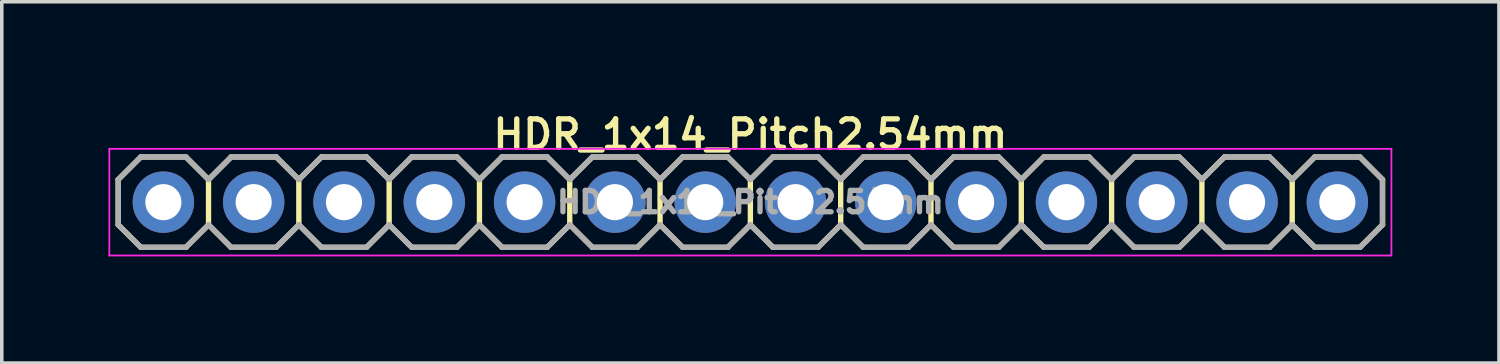
<source format=kicad_pcb>
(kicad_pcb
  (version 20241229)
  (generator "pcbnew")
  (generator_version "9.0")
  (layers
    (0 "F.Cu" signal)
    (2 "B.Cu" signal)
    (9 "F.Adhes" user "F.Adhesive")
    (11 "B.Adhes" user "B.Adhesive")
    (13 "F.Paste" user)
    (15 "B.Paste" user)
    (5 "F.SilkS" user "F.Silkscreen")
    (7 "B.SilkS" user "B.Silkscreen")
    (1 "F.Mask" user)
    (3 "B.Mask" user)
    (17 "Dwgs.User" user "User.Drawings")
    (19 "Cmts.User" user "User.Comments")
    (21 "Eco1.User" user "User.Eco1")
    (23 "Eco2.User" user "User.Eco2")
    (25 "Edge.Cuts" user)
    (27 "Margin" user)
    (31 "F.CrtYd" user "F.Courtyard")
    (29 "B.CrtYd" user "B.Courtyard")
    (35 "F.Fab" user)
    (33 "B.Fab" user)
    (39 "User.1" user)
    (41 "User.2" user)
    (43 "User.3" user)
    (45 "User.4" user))
  (footprint "HDR_1x14_Pitch2.54mm"
    (layer "F.Cu")
    (at 18.055 2.636)
    (property "Reference" "HDR_1x14_Pitch2.54mm" (at 0 -1.905 0) (layer "F.SilkS") (effects (font (size 0.8 0.8) (thickness 0.15))))
    (attr through_hole)
    (fp_line (start -17.78 -0.635) (end -17.78 0.635) (stroke (width 0.15) (type solid)) (layer "F.SilkS"))
    (fp_line (start -17.78 0.635) (end -17.145 1.27) (stroke (width 0.15) (type solid)) (layer "F.SilkS"))
    (fp_line (start -17.145 -1.27) (end -17.78 -0.635) (stroke (width 0.15) (type solid)) (layer "F.SilkS"))
    (fp_line (start -17.145 1.27) (end -15.875 1.27) (stroke (width 0.15) (type solid)) (layer "F.SilkS"))
    (fp_line (start -15.875 -1.27) (end -17.145 -1.27) (stroke (width 0.15) (type solid)) (layer "F.SilkS"))
    (fp_line (start -15.875 1.27) (end -15.24 0.635) (stroke (width 0.15) (type solid)) (layer "F.SilkS"))
    (fp_line (start -15.24 -0.635) (end -15.875 -1.27) (stroke (width 0.15) (type solid)) (layer "F.SilkS"))
    (fp_line (start -15.24 -0.635) (end -15.24 0.635) (stroke (width 0.15) (type solid)) (layer "F.SilkS"))
    (fp_line (start -15.24 -0.635) (end -14.605 -1.27) (stroke (width 0.15) (type solid)) (layer "F.SilkS"))
    (fp_line (start -14.605 -1.27) (end -13.335 -1.27) (stroke (width 0.15) (type solid)) (layer "F.SilkS"))
    (fp_line (start -14.605 1.27) (end -15.24 0.635) (stroke (width 0.15) (type solid)) (layer "F.SilkS"))
    (fp_line (start -13.335 -1.27) (end -12.7 -0.635) (stroke (width 0.15) (type solid)) (layer "F.SilkS"))
    (fp_line (start -13.335 1.27) (end -14.605 1.27) (stroke (width 0.15) (type solid)) (layer "F.SilkS"))
    (fp_line (start -12.7 -0.635) (end -12.7 0.635) (stroke (width 0.15) (type solid)) (layer "F.SilkS"))
    (fp_line (start -12.7 -0.635) (end -12.065 -1.27) (stroke (width 0.15) (type solid)) (layer "F.SilkS"))
    (fp_line (start -12.7 0.635) (end -13.335 1.27) (stroke (width 0.15) (type solid)) (layer "F.SilkS"))
    (fp_line (start -12.065 -1.27) (end -10.795 -1.27) (stroke (width 0.15) (type solid)) (layer "F.SilkS"))
    (fp_line (start -12.065 1.27) (end -12.7 0.635) (stroke (width 0.15) (type solid)) (layer "F.SilkS"))
    (fp_line (start -10.795 -1.27) (end -10.16 -0.635) (stroke (width 0.15) (type solid)) (layer "F.SilkS"))
    (fp_line (start -10.795 1.27) (end -12.065 1.27) (stroke (width 0.15) (type solid)) (layer "F.SilkS"))
    (fp_line (start -10.16 -0.635) (end -10.16 0.635) (stroke (width 0.15) (type solid)) (layer "F.SilkS"))
    (fp_line (start -10.16 -0.635) (end -9.525 -1.27) (stroke (width 0.15) (type solid)) (layer "F.SilkS"))
    (fp_line (start -10.16 0.635) (end -10.795 1.27) (stroke (width 0.15) (type solid)) (layer "F.SilkS"))
    (fp_line (start -9.525 -1.27) (end -8.255 -1.27) (stroke (width 0.15) (type solid)) (layer "F.SilkS"))
    (fp_line (start -9.525 1.27) (end -10.16 0.635) (stroke (width 0.15) (type solid)) (layer "F.SilkS"))
    (fp_line (start -8.255 -1.27) (end -7.62 -0.635) (stroke (width 0.15) (type solid)) (layer "F.SilkS"))
    (fp_line (start -8.255 1.27) (end -9.525 1.27) (stroke (width 0.15) (type solid)) (layer "F.SilkS"))
    (fp_line (start -7.62 -0.635) (end -7.62 0.635) (stroke (width 0.15) (type solid)) (layer "F.SilkS"))
    (fp_line (start -7.62 -0.635) (end -6.985 -1.27) (stroke (width 0.15) (type solid)) (layer "F.SilkS"))
    (fp_line (start -7.62 0.635) (end -8.255 1.27) (stroke (width 0.15) (type solid)) (layer "F.SilkS"))
    (fp_line (start -6.985 -1.27) (end -5.715 -1.27) (stroke (width 0.15) (type solid)) (layer "F.SilkS"))
    (fp_line (start -6.985 1.27) (end -7.62 0.635) (stroke (width 0.15) (type solid)) (layer "F.SilkS"))
    (fp_line (start -5.715 -1.27) (end -5.08 -0.635) (stroke (width 0.15) (type solid)) (layer "F.SilkS"))
    (fp_line (start -5.715 1.27) (end -6.985 1.27) (stroke (width 0.15) (type solid)) (layer "F.SilkS"))
    (fp_line (start -5.08 -0.635) (end -5.08 0.635) (stroke (width 0.15) (type solid)) (layer "F.SilkS"))
    (fp_line (start -5.08 -0.635) (end -4.445 -1.27) (stroke (width 0.15) (type solid)) (layer "F.SilkS"))
    (fp_line (start -5.08 0.635) (end -5.715 1.27) (stroke (width 0.15) (type solid)) (layer "F.SilkS"))
    (fp_line (start -4.445 -1.27) (end -3.175 -1.27) (stroke (width 0.15) (type solid)) (layer "F.SilkS"))
    (fp_line (start -4.445 1.27) (end -5.08 0.635) (stroke (width 0.15) (type solid)) (layer "F.SilkS"))
    (fp_line (start -3.175 -1.27) (end -2.54 -0.635) (stroke (width 0.15) (type solid)) (layer "F.SilkS"))
    (fp_line (start -3.175 1.27) (end -4.445 1.27) (stroke (width 0.15) (type solid)) (layer "F.SilkS"))
    (fp_line (start -2.54 -0.635) (end -2.54 0.635) (stroke (width 0.15) (type solid)) (layer "F.SilkS"))
    (fp_line (start -2.54 -0.635) (end -1.905 -1.27) (stroke (width 0.15) (type solid)) (layer "F.SilkS"))
    (fp_line (start -2.54 0.635) (end -3.175 1.27) (stroke (width 0.15) (type solid)) (layer "F.SilkS"))
    (fp_line (start -1.905 -1.27) (end -0.635 -1.27) (stroke (width 0.15) (type solid)) (layer "F.SilkS"))
    (fp_line (start -1.905 1.27) (end -2.54 0.635) (stroke (width 0.15) (type solid)) (layer "F.SilkS"))
    (fp_line (start -0.635 -1.27) (end 0 -0.635) (stroke (width 0.15) (type solid)) (layer "F.SilkS"))
    (fp_line (start -0.635 1.27) (end -1.905 1.27) (stroke (width 0.15) (type solid)) (layer "F.SilkS"))
    (fp_line (start 0 -0.635) (end 0 0.635) (stroke (width 0.15) (type solid)) (layer "F.SilkS"))
    (fp_line (start 0 -0.635) (end 0.635 -1.27) (stroke (width 0.15) (type solid)) (layer "F.SilkS"))
    (fp_line (start 0 0.635) (end -0.635 1.27) (stroke (width 0.15) (type solid)) (layer "F.SilkS"))
    (fp_line (start 0.635 -1.27) (end 1.905 -1.27) (stroke (width 0.15) (type solid)) (layer "F.SilkS"))
    (fp_line (start 0.635 1.27) (end 0 0.635) (stroke (width 0.15) (type solid)) (layer "F.SilkS"))
    (fp_line (start 1.905 -1.27) (end 2.54 -0.635) (stroke (width 0.15) (type solid)) (layer "F.SilkS"))
    (fp_line (start 1.905 1.27) (end 0.635 1.27) (stroke (width 0.15) (type solid)) (layer "F.SilkS"))
    (fp_line (start 2.54 -0.635) (end 2.54 0.635) (stroke (width 0.15) (type solid)) (layer "F.SilkS"))
    (fp_line (start 2.54 -0.635) (end 3.175 -1.27) (stroke (width 0.15) (type solid)) (layer "F.SilkS"))
    (fp_line (start 2.54 0.635) (end 1.905 1.27) (stroke (width 0.15) (type solid)) (layer "F.SilkS"))
    (fp_line (start 3.175 -1.27) (end 4.445 -1.27) (stroke (width 0.15) (type solid)) (layer "F.SilkS"))
    (fp_line (start 3.175 1.27) (end 2.54 0.635) (stroke (width 0.15) (type solid)) (layer "F.SilkS"))
    (fp_line (start 4.445 -1.27) (end 5.08 -0.635) (stroke (width 0.15) (type solid)) (layer "F.SilkS"))
    (fp_line (start 4.445 1.27) (end 3.175 1.27) (stroke (width 0.15) (type solid)) (layer "F.SilkS"))
    (fp_line (start 5.08 -0.635) (end 5.08 0.635) (stroke (width 0.15) (type solid)) (layer "F.SilkS"))
    (fp_line (start 5.08 -0.635) (end 5.715 -1.27) (stroke (width 0.15) (type solid)) (layer "F.SilkS"))
    (fp_line (start 5.08 0.635) (end 4.445 1.27) (stroke (width 0.15) (type solid)) (layer "F.SilkS"))
    (fp_line (start 5.715 -1.27) (end 6.985 -1.27) (stroke (width 0.15) (type solid)) (layer "F.SilkS"))
    (fp_line (start 5.715 1.27) (end 5.08 0.635) (stroke (width 0.15) (type solid)) (layer "F.SilkS"))
    (fp_line (start 6.985 -1.27) (end 7.62 -0.635) (stroke (width 0.15) (type solid)) (layer "F.SilkS"))
    (fp_line (start 6.985 1.27) (end 5.715 1.27) (stroke (width 0.15) (type solid)) (layer "F.SilkS"))
    (fp_line (start 7.62 -0.635) (end 7.62 0.635) (stroke (width 0.15) (type solid)) (layer "F.SilkS"))
    (fp_line (start 7.62 -0.635) (end 8.255 -1.27) (stroke (width 0.15) (type solid)) (layer "F.SilkS"))
    (fp_line (start 7.62 0.635) (end 6.985 1.27) (stroke (width 0.15) (type solid)) (layer "F.SilkS"))
    (fp_line (start 7.62 0.635) (end 8.255 1.27) (stroke (width 0.15) (type solid)) (layer "F.SilkS"))
    (fp_line (start 8.255 -1.27) (end 9.525 -1.27) (stroke (width 0.15) (type solid)) (layer "F.SilkS"))
    (fp_line (start 8.255 1.27) (end 9.525 1.27) (stroke (width 0.15) (type solid)) (layer "F.SilkS"))
    (fp_line (start 9.525 -1.27) (end 10.16 -0.635) (stroke (width 0.15) (type solid)) (layer "F.SilkS"))
    (fp_line (start 9.525 1.27) (end 10.16 0.635) (stroke (width 0.15) (type solid)) (layer "F.SilkS"))
    (fp_line (start 10.16 -0.635) (end 10.16 0.635) (stroke (width 0.15) (type solid)) (layer "F.SilkS"))
    (fp_line (start 10.16 -0.635) (end 10.795 -1.27) (stroke (width 0.15) (type solid)) (layer "F.SilkS"))
    (fp_line (start 10.16 0.635) (end 10.795 1.27) (stroke (width 0.15) (type solid)) (layer "F.SilkS"))
    (fp_line (start 10.795 -1.27) (end 12.065 -1.27) (stroke (width 0.15) (type solid)) (layer "F.SilkS"))
    (fp_line (start 10.795 1.27) (end 12.065 1.27) (stroke (width 0.15) (type solid)) (layer "F.SilkS"))
    (fp_line (start 12.065 -1.27) (end 12.7 -0.635) (stroke (width 0.15) (type solid)) (layer "F.SilkS"))
    (fp_line (start 12.065 1.27) (end 12.7 0.635) (stroke (width 0.15) (type solid)) (layer "F.SilkS"))
    (fp_line (start 12.7 -0.635) (end 12.7 0.635) (stroke (width 0.15) (type solid)) (layer "F.SilkS"))
    (fp_line (start 12.7 -0.635) (end 13.335 -1.27) (stroke (width 0.15) (type solid)) (layer "F.SilkS"))
    (fp_line (start 12.7 0.635) (end 13.335 1.27) (stroke (width 0.15) (type solid)) (layer "F.SilkS"))
    (fp_line (start 13.335 -1.27) (end 14.605 -1.27) (stroke (width 0.15) (type solid)) (layer "F.SilkS"))
    (fp_line (start 13.335 1.27) (end 14.605 1.27) (stroke (width 0.15) (type solid)) (layer "F.SilkS"))
    (fp_line (start 14.605 -1.27) (end 15.24 -0.635) (stroke (width 0.15) (type solid)) (layer "F.SilkS"))
    (fp_line (start 14.605 1.27) (end 15.24 0.635) (stroke (width 0.15) (type solid)) (layer "F.SilkS"))
    (fp_line (start 15.24 -0.635) (end 15.24 0.635) (stroke (width 0.15) (type solid)) (layer "F.SilkS"))
    (fp_line (start 15.24 -0.635) (end 15.875 -1.27) (stroke (width 0.15) (type solid)) (layer "F.SilkS"))
    (fp_line (start 15.24 0.635) (end 15.875 1.27) (stroke (width 0.15) (type solid)) (layer "F.SilkS"))
    (fp_line (start 15.875 -1.27) (end 17.145 -1.27) (stroke (width 0.15) (type solid)) (layer "F.SilkS"))
    (fp_line (start 15.875 1.27) (end 17.145 1.27) (stroke (width 0.15) (type solid)) (layer "F.SilkS"))
    (fp_line (start 17.145 -1.27) (end 17.78 -0.635) (stroke (width 0.15) (type solid)) (layer "F.SilkS"))
    (fp_line (start 17.145 1.27) (end 17.78 0.635) (stroke (width 0.15) (type solid)) (layer "F.SilkS"))
    (fp_line (start 17.78 -0.635) (end 17.78 0.635) (stroke (width 0.15) (type solid)) (layer "F.SilkS"))
    (fp_line (start -18.03 -1.5) (end -18.03 1.5) (stroke (width 0.05) (type solid)) (layer "F.CrtYd"))
    (fp_line (start -18.03 1.5) (end 18.03 1.5) (stroke (width 0.05) (type solid)) (layer "F.CrtYd"))
    (fp_line (start 18.03 -1.5) (end -18.03 -1.5) (stroke (width 0.05) (type solid)) (layer "F.CrtYd"))
    (fp_line (start 18.03 1.5) (end 18.03 -1.5) (stroke (width 0.05) (type solid)) (layer "F.CrtYd"))
    (fp_line (start -17.78 -0.635) (end -17.78 -0.635) (stroke (width 0.15) (type solid)) (layer "F.Fab"))
    (fp_line (start -17.78 -0.635) (end -17.145 -1.27) (stroke (width 0.15) (type solid)) (layer "F.Fab"))
    (fp_line (start -17.78 0.635) (end -17.78 -0.635) (stroke (width 0.15) (type solid)) (layer "F.Fab"))
    (fp_line (start -17.145 -1.27) (end -15.875 -1.27) (stroke (width 0.15) (type solid)) (layer "F.Fab"))
    (fp_line (start -17.145 1.27) (end -17.78 0.635) (stroke (width 0.15) (type solid)) (layer "F.Fab"))
    (fp_line (start -15.875 -1.27) (end -15.24 -0.635) (stroke (width 0.15) (type solid)) (layer "F.Fab"))
    (fp_line (start -15.875 1.27) (end -17.145 1.27) (stroke (width 0.15) (type solid)) (layer "F.Fab"))
    (fp_line (start -15.24 -0.635) (end -14.605 -1.27) (stroke (width 0.15) (type solid)) (layer "F.Fab"))
    (fp_line (start -15.24 0.635) (end -15.875 1.27) (stroke (width 0.15) (type solid)) (layer "F.Fab"))
    (fp_line (start -14.605 -1.27) (end -13.335 -1.27) (stroke (width 0.15) (type solid)) (layer "F.Fab"))
    (fp_line (start -14.605 1.27) (end -15.24 0.635) (stroke (width 0.15) (type solid)) (layer "F.Fab"))
    (fp_line (start -13.335 -1.27) (end -12.7 -0.635) (stroke (width 0.15) (type solid)) (layer "F.Fab"))
    (fp_line (start -13.335 1.27) (end -14.605 1.27) (stroke (width 0.15) (type solid)) (layer "F.Fab"))
    (fp_line (start -12.7 -0.635) (end -12.065 -1.27) (stroke (width 0.15) (type solid)) (layer "F.Fab"))
    (fp_line (start -12.7 0.635) (end -13.335 1.27) (stroke (width 0.15) (type solid)) (layer "F.Fab"))
    (fp_line (start -12.065 -1.27) (end -10.795 -1.27) (stroke (width 0.15) (type solid)) (layer "F.Fab"))
    (fp_line (start -12.065 1.27) (end -12.7 0.635) (stroke (width 0.15) (type solid)) (layer "F.Fab"))
    (fp_line (start -10.795 -1.27) (end -10.16 -0.635) (stroke (width 0.15) (type solid)) (layer "F.Fab"))
    (fp_line (start -10.795 1.27) (end -12.065 1.27) (stroke (width 0.15) (type solid)) (layer "F.Fab"))
    (fp_line (start -10.16 -0.635) (end -9.525 -1.27) (stroke (width 0.15) (type solid)) (layer "F.Fab"))
    (fp_line (start -10.16 0.635) (end -10.795 1.27) (stroke (width 0.15) (type solid)) (layer "F.Fab"))
    (fp_line (start -9.525 -1.27) (end -8.255 -1.27) (stroke (width 0.15) (type solid)) (layer "F.Fab"))
    (fp_line (start -9.525 1.27) (end -10.16 0.635) (stroke (width 0.15) (type solid)) (layer "F.Fab"))
    (fp_line (start -8.255 -1.27) (end -7.62 -0.635) (stroke (width 0.15) (type solid)) (layer "F.Fab"))
    (fp_line (start -8.255 1.27) (end -9.525 1.27) (stroke (width 0.15) (type solid)) (layer "F.Fab"))
    (fp_line (start -7.62 -0.635) (end -6.985 -1.27) (stroke (width 0.15) (type solid)) (layer "F.Fab"))
    (fp_line (start -7.62 0.635) (end -8.255 1.27) (stroke (width 0.15) (type solid)) (layer "F.Fab"))
    (fp_line (start -6.985 -1.27) (end -5.715 -1.27) (stroke (width 0.15) (type solid)) (layer "F.Fab"))
    (fp_line (start -6.985 1.27) (end -7.62 0.635) (stroke (width 0.15) (type solid)) (layer "F.Fab"))
    (fp_line (start -5.715 -1.27) (end -5.08 -0.635) (stroke (width 0.15) (type solid)) (layer "F.Fab"))
    (fp_line (start -5.715 1.27) (end -6.985 1.27) (stroke (width 0.15) (type solid)) (layer "F.Fab"))
    (fp_line (start -5.08 -0.635) (end -4.445 -1.27) (stroke (width 0.15) (type solid)) (layer "F.Fab"))
    (fp_line (start -5.08 0.635) (end -5.715 1.27) (stroke (width 0.15) (type solid)) (layer "F.Fab"))
    (fp_line (start -4.445 -1.27) (end -3.175 -1.27) (stroke (width 0.15) (type solid)) (layer "F.Fab"))
    (fp_line (start -4.445 1.27) (end -5.08 0.635) (stroke (width 0.15) (type solid)) (layer "F.Fab"))
    (fp_line (start -3.175 -1.27) (end -2.54 -0.635) (stroke (width 0.15) (type solid)) (layer "F.Fab"))
    (fp_line (start -3.175 1.27) (end -4.445 1.27) (stroke (width 0.15) (type solid)) (layer "F.Fab"))
    (fp_line (start -2.54 -0.635) (end -1.905 -1.27) (stroke (width 0.15) (type solid)) (layer "F.Fab"))
    (fp_line (start -2.54 0.635) (end -3.175 1.27) (stroke (width 0.15) (type solid)) (layer "F.Fab"))
    (fp_line (start -1.905 -1.27) (end -0.635 -1.27) (stroke (width 0.15) (type solid)) (layer "F.Fab"))
    (fp_line (start -1.905 1.27) (end -2.54 0.635) (stroke (width 0.15) (type solid)) (layer "F.Fab"))
    (fp_line (start -0.635 -1.27) (end 0 -0.635) (stroke (width 0.15) (type solid)) (layer "F.Fab"))
    (fp_line (start -0.635 1.27) (end -1.905 1.27) (stroke (width 0.15) (type solid)) (layer "F.Fab"))
    (fp_line (start 0 -0.635) (end 0.635 -1.27) (stroke (width 0.15) (type solid)) (layer "F.Fab"))
    (fp_line (start 0 0.635) (end -0.635 1.27) (stroke (width 0.15) (type solid)) (layer "F.Fab"))
    (fp_line (start 0.635 -1.27) (end 1.905 -1.27) (stroke (width 0.15) (type solid)) (layer "F.Fab"))
    (fp_line (start 0.635 1.27) (end 0 0.635) (stroke (width 0.15) (type solid)) (layer "F.Fab"))
    (fp_line (start 1.905 -1.27) (end 2.54 -0.635) (stroke (width 0.15) (type solid)) (layer "F.Fab"))
    (fp_line (start 1.905 1.27) (end 0.635 1.27) (stroke (width 0.15) (type solid)) (layer "F.Fab"))
    (fp_line (start 2.54 -0.635) (end 3.175 -1.27) (stroke (width 0.15) (type solid)) (layer "F.Fab"))
    (fp_line (start 2.54 0.635) (end 1.905 1.27) (stroke (width 0.15) (type solid)) (layer "F.Fab"))
    (fp_line (start 3.175 -1.27) (end 4.445 -1.27) (stroke (width 0.15) (type solid)) (layer "F.Fab"))
    (fp_line (start 3.175 1.27) (end 2.54 0.635) (stroke (width 0.15) (type solid)) (layer "F.Fab"))
    (fp_line (start 4.445 -1.27) (end 5.08 -0.635) (stroke (width 0.15) (type solid)) (layer "F.Fab"))
    (fp_line (start 4.445 1.27) (end 3.175 1.27) (stroke (width 0.15) (type solid)) (layer "F.Fab"))
    (fp_line (start 5.08 -0.635) (end 5.715 -1.27) (stroke (width 0.15) (type solid)) (layer "F.Fab"))
    (fp_line (start 5.08 0.635) (end 4.445 1.27) (stroke (width 0.15) (type solid)) (layer "F.Fab"))
    (fp_line (start 5.715 -1.27) (end 6.985 -1.27) (stroke (width 0.15) (type solid)) (layer "F.Fab"))
    (fp_line (start 5.715 1.27) (end 5.08 0.635) (stroke (width 0.15) (type solid)) (layer "F.Fab"))
    (fp_line (start 6.985 -1.27) (end 7.62 -0.635) (stroke (width 0.15) (type solid)) (layer "F.Fab"))
    (fp_line (start 6.985 1.27) (end 5.715 1.27) (stroke (width 0.15) (type solid)) (layer "F.Fab"))
    (fp_line (start 7.62 -0.635) (end 8.255 -1.27) (stroke (width 0.15) (type solid)) (layer "F.Fab"))
    (fp_line (start 7.62 0.635) (end 6.985 1.27) (stroke (width 0.15) (type solid)) (layer "F.Fab"))
    (fp_line (start 8.255 -1.27) (end 9.525 -1.27) (stroke (width 0.15) (type solid)) (layer "F.Fab"))
    (fp_line (start 8.255 1.27) (end 7.62 0.635) (stroke (width 0.15) (type solid)) (layer "F.Fab"))
    (fp_line (start 9.525 -1.27) (end 10.16 -0.635) (stroke (width 0.15) (type solid)) (layer "F.Fab"))
    (fp_line (start 9.525 1.27) (end 8.255 1.27) (stroke (width 0.15) (type solid)) (layer "F.Fab"))
    (fp_line (start 10.16 -0.635) (end 10.795 -1.27) (stroke (width 0.15) (type solid)) (layer "F.Fab"))
    (fp_line (start 10.16 0.635) (end 9.525 1.27) (stroke (width 0.15) (type solid)) (layer "F.Fab"))
    (fp_line (start 10.795 -1.27) (end 12.065 -1.27) (stroke (width 0.15) (type solid)) (layer "F.Fab"))
    (fp_line (start 10.795 1.27) (end 10.16 0.635) (stroke (width 0.15) (type solid)) (layer "F.Fab"))
    (fp_line (start 12.065 -1.27) (end 12.7 -0.635) (stroke (width 0.15) (type solid)) (layer "F.Fab"))
    (fp_line (start 12.065 1.27) (end 10.795 1.27) (stroke (width 0.15) (type solid)) (layer "F.Fab"))
    (fp_line (start 12.7 -0.635) (end 13.335 -1.27) (stroke (width 0.15) (type solid)) (layer "F.Fab"))
    (fp_line (start 12.7 0.635) (end 12.065 1.27) (stroke (width 0.15) (type solid)) (layer "F.Fab"))
    (fp_line (start 13.335 -1.27) (end 14.605 -1.27) (stroke (width 0.15) (type solid)) (layer "F.Fab"))
    (fp_line (start 13.335 1.27) (end 12.7 0.635) (stroke (width 0.15) (type solid)) (layer "F.Fab"))
    (fp_line (start 14.605 -1.27) (end 15.24 -0.635) (stroke (width 0.15) (type solid)) (layer "F.Fab"))
    (fp_line (start 14.605 1.27) (end 13.335 1.27) (stroke (width 0.15) (type solid)) (layer "F.Fab"))
    (fp_line (start 15.24 -0.635) (end 15.875 -1.27) (stroke (width 0.15) (type solid)) (layer "F.Fab"))
    (fp_line (start 15.24 0.635) (end 14.605 1.27) (stroke (width 0.15) (type solid)) (layer "F.Fab"))
    (fp_line (start 15.875 -1.27) (end 17.145 -1.27) (stroke (width 0.15) (type solid)) (layer "F.Fab"))
    (fp_line (start 15.875 1.27) (end 15.24 0.635) (stroke (width 0.15) (type solid)) (layer "F.Fab"))
    (fp_line (start 17.145 -1.27) (end 17.78 -0.635) (stroke (width 0.15) (type solid)) (layer "F.Fab"))
    (fp_line (start 17.145 1.27) (end 15.875 1.27) (stroke (width 0.15) (type solid)) (layer "F.Fab"))
    (fp_line (start 17.78 -0.635) (end 17.78 0.635) (stroke (width 0.15) (type solid)) (layer "F.Fab"))
    (fp_line (start 17.78 0.635) (end 17.145 1.27) (stroke (width 0.15) (type solid)) (layer "F.Fab"))
    (fp_text user "${REFERENCE}" (at 0 0 0) (layer "F.Fab") (effects (font (size 0.6 0.6) (thickness 0.15))))
    (pad "1" thru_hole oval (at -16.51 0) (size 1.727 1.727) (drill 1.016) (layers "*.Cu" "*.Mask"))
    (pad "2" thru_hole oval (at -13.97 0) (size 1.727 1.727) (drill 1.016) (layers "*.Cu" "*.Mask"))
    (pad "3" thru_hole oval (at -11.43 0) (size 1.727 1.727) (drill 1.016) (layers "*.Cu" "*.Mask"))
    (pad "4" thru_hole oval (at -8.89 0) (size 1.727 1.727) (drill 1.016) (layers "*.Cu" "*.Mask"))
    (pad "5" thru_hole oval (at -6.35 0) (size 1.727 1.727) (drill 1.016) (layers "*.Cu" "*.Mask"))
    (pad "6" thru_hole oval (at -3.81 0) (size 1.727 1.727) (drill 1.016) (layers "*.Cu" "*.Mask"))
    (pad "7" thru_hole oval (at -1.27 0) (size 1.727 1.727) (drill 1.016) (layers "*.Cu" "*.Mask"))
    (pad "8" thru_hole oval (at 1.27 0) (size 1.727 1.727) (drill 1.016) (layers "*.Cu" "*.Mask"))
    (pad "9" thru_hole oval (at 3.81 0) (size 1.727 1.727) (drill 1.016) (layers "*.Cu" "*.Mask"))
    (pad "10" thru_hole oval (at 6.35 0) (size 1.727 1.727) (drill 1.016) (layers "*.Cu" "*.Mask"))
    (pad "11" thru_hole oval (at 8.89 0) (size 1.727 1.727) (drill 1.016) (layers "*.Cu" "*.Mask"))
    (pad "12" thru_hole oval (at 11.43 0) (size 1.727 1.727) (drill 1.016) (layers "*.Cu" "*.Mask"))
    (pad "13" thru_hole oval (at 13.97 0) (size 1.727 1.727) (drill 1.016) (layers "*.Cu" "*.Mask"))
    (pad "14" thru_hole oval (at 16.51 0) (size 1.727 1.727) (drill 1.016) (layers "*.Cu" "*.Mask")))
  (gr_rect
    (start -3 -3)
    (end 39.11 7.161)
    (stroke (width 0.1) (type default))
    (fill no)
    (layer "Edge.Cuts")))
</source>
